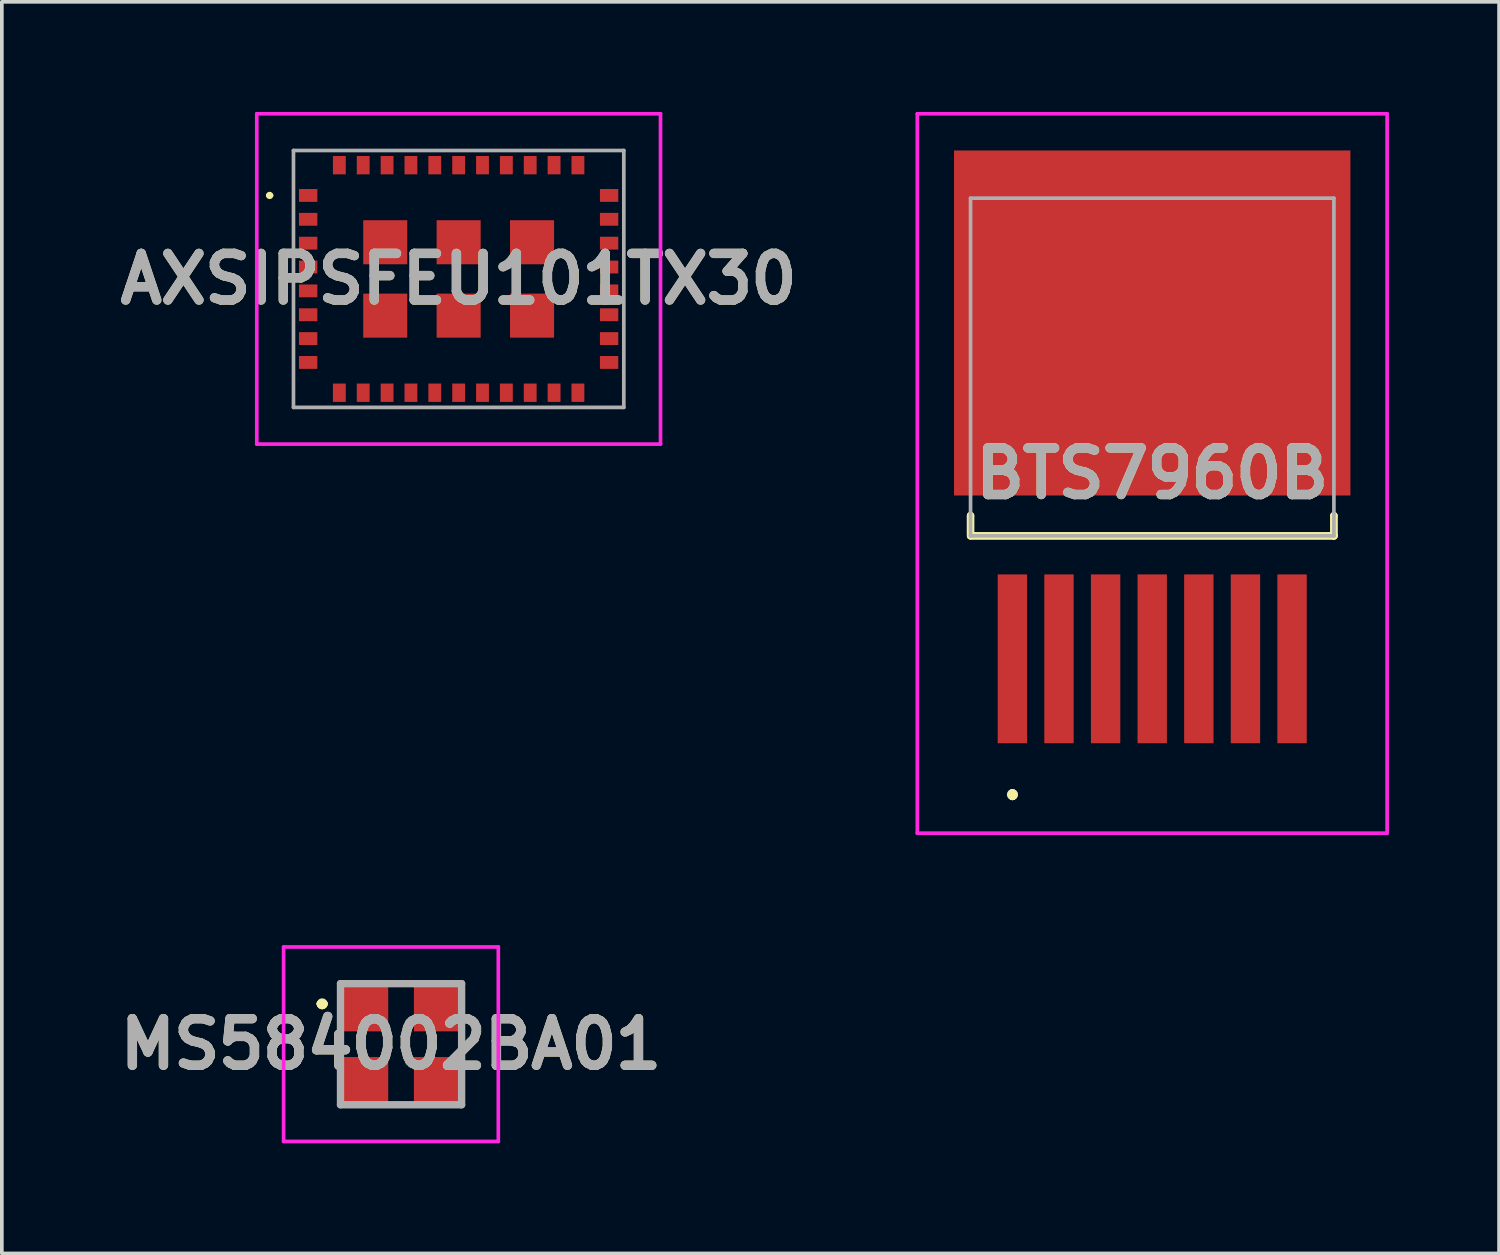
<source format=kicad_pcb>
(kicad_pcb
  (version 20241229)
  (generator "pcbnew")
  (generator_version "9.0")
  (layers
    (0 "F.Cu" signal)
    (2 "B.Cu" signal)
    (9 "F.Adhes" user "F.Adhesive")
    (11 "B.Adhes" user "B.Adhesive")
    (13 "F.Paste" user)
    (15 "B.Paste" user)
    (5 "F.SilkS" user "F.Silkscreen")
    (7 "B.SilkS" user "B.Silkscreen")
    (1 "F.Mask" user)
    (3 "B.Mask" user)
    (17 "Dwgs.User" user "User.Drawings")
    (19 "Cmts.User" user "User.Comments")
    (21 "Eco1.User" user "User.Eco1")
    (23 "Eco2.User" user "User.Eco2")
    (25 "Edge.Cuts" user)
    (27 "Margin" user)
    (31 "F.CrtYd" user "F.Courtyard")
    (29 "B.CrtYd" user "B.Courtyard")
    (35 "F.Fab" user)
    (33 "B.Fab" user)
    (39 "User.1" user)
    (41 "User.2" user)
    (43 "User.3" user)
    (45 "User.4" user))
  (footprint "BTS7960B"
    (layer "F.Cu")
    (at 28.343 5.75)
    (property "Reference" "BTS7960B" (at 0 4.1 0) (layer "F.SilkS") (effects (font (size 1.27 1.27) (thickness 0.254))))
    (attr smd)
    (fp_line (start -4.95 5.25) (end -4.95 5.25) (stroke (width 0.2) (type solid)) (layer "F.SilkS"))
    (fp_line (start -4.95 5.25) (end -4.95 5.75) (stroke (width 0.2) (type solid)) (layer "F.SilkS"))
    (fp_line (start -4.95 5.75) (end -4.95 5.25) (stroke (width 0.2) (type solid)) (layer "F.SilkS"))
    (fp_line (start -4.95 5.75) (end -4.95 5.75) (stroke (width 0.2) (type solid)) (layer "F.SilkS"))
    (fp_line (start -4.95 5.8) (end -4.95 5.8) (stroke (width 0.2) (type solid)) (layer "F.SilkS"))
    (fp_line (start -4.95 5.8) (end 4.95 5.8) (stroke (width 0.2) (type solid)) (layer "F.SilkS"))
    (fp_line (start -3.81 12.8) (end -3.81 12.8) (stroke (width 0.2) (type solid)) (layer "F.SilkS"))
    (fp_line (start -3.81 12.9) (end -3.81 12.9) (stroke (width 0.2) (type solid)) (layer "F.SilkS"))
    (fp_line (start -3.81 12.9) (end -3.81 12.9) (stroke (width 0.2) (type solid)) (layer "F.SilkS"))
    (fp_line (start 4.95 5.25) (end 4.95 5.25) (stroke (width 0.2) (type solid)) (layer "F.SilkS"))
    (fp_line (start 4.95 5.25) (end 4.95 5.8) (stroke (width 0.2) (type solid)) (layer "F.SilkS"))
    (fp_line (start 4.95 5.8) (end -4.95 5.8) (stroke (width 0.2) (type solid)) (layer "F.SilkS"))
    (fp_line (start 4.95 5.8) (end 4.95 5.25) (stroke (width 0.2) (type solid)) (layer "F.SilkS"))
    (fp_line (start 4.95 5.8) (end 4.95 5.8) (stroke (width 0.2) (type solid)) (layer "F.SilkS"))
    (fp_line (start 4.95 5.8) (end 4.95 5.8) (stroke (width 0.2) (type solid)) (layer "F.SilkS"))
    (fp_arc (start -3.81 12.8) (mid -3.76 12.85) (end -3.81 12.9) (stroke (width 0.2) (type solid)) (layer "F.SilkS"))
    (fp_arc (start -3.81 12.8) (mid -3.76 12.85) (end -3.81 12.9) (stroke (width 0.2) (type solid)) (layer "F.SilkS"))
    (fp_arc (start -3.81 12.9) (mid -3.86 12.85) (end -3.81 12.8) (stroke (width 0.2) (type solid)) (layer "F.SilkS"))
    (fp_line (start -6.4 -5.7) (end 6.4 -5.7) (stroke (width 0.1) (type solid)) (layer "F.CrtYd"))
    (fp_line (start -6.4 13.9) (end -6.4 -5.7) (stroke (width 0.1) (type solid)) (layer "F.CrtYd"))
    (fp_line (start 6.4 -5.7) (end 6.4 13.9) (stroke (width 0.1) (type solid)) (layer "F.CrtYd"))
    (fp_line (start 6.4 13.9) (end -6.4 13.9) (stroke (width 0.1) (type solid)) (layer "F.CrtYd"))
    (fp_line (start -4.95 -3.4) (end -4.95 5.8) (stroke (width 0.1) (type solid)) (layer "F.Fab"))
    (fp_line (start -4.95 5.8) (end 4.95 5.8) (stroke (width 0.1) (type solid)) (layer "F.Fab"))
    (fp_line (start 4.95 -3.4) (end -4.95 -3.4) (stroke (width 0.1) (type solid)) (layer "F.Fab"))
    (fp_line (start 4.95 5.8) (end 4.95 -3.4) (stroke (width 0.1) (type solid)) (layer "F.Fab"))
    (fp_text user "${REFERENCE}" (at 0 4.1 0) (layer "F.Fab") (effects (font (size 1.27 1.27) (thickness 0.254))))
    (pad "1" smd rect (at -3.81 9.15) (size 0.8 4.6) (layers "F.Cu" "F.Mask" "F.Paste"))
    (pad "2" smd rect (at -2.54 9.15) (size 0.8 4.6) (layers "F.Cu" "F.Mask" "F.Paste"))
    (pad "3" smd rect (at -1.27 9.15) (size 0.8 4.6) (layers "F.Cu" "F.Mask" "F.Paste"))
    (pad "4" smd rect (at 0 9.15) (size 0.8 4.6) (layers "F.Cu" "F.Mask" "F.Paste"))
    (pad "5" smd rect (at 1.27 9.15) (size 0.8 4.6) (layers "F.Cu" "F.Mask" "F.Paste"))
    (pad "6" smd rect (at 2.54 9.15) (size 0.8 4.6) (layers "F.Cu" "F.Mask" "F.Paste"))
    (pad "7" smd rect (at 3.81 9.15) (size 0.8 4.6) (layers "F.Cu" "F.Mask" "F.Paste"))
    (pad "8" smd rect (at 0 0 90) (size 9.4 10.8) (layers "F.Cu" "F.Mask" "F.Paste")))
  (footprint "AXSIPSFEU101TX30"
    (layer "F.Cu")
    (at 9.446 4.55)
    (property "Reference" "AXSIPSFEU101TX30" (at 0 0 0) (layer "F.SilkS") (effects (font (size 1.27 1.27) (thickness 0.254))))
    (attr smd)
    (fp_line (start -5.2 -2.275) (end -5.2 -2.275) (stroke (width 0.1) (type solid)) (layer "F.SilkS"))
    (fp_line (start -5.1 -2.275) (end -5.1 -2.275) (stroke (width 0.1) (type solid)) (layer "F.SilkS"))
    (fp_arc (start -5.2 -2.275) (mid -5.15 -2.325) (end -5.1 -2.275) (stroke (width 0.1) (type solid)) (layer "F.SilkS"))
    (fp_arc (start -5.1 -2.275) (mid -5.15 -2.225) (end -5.2 -2.275) (stroke (width 0.1) (type solid)) (layer "F.SilkS"))
    (fp_line (start -5.5 -4.5) (end 5.5 -4.5) (stroke (width 0.1) (type solid)) (layer "F.CrtYd"))
    (fp_line (start -5.5 4.5) (end -5.5 -4.5) (stroke (width 0.1) (type solid)) (layer "F.CrtYd"))
    (fp_line (start 5.5 -4.5) (end 5.5 4.5) (stroke (width 0.1) (type solid)) (layer "F.CrtYd"))
    (fp_line (start 5.5 4.5) (end -5.5 4.5) (stroke (width 0.1) (type solid)) (layer "F.CrtYd"))
    (fp_line (start -4.5 -3.5) (end 4.5 -3.5) (stroke (width 0.1) (type solid)) (layer "F.Fab"))
    (fp_line (start -4.5 3.5) (end -4.5 -3.5) (stroke (width 0.1) (type solid)) (layer "F.Fab"))
    (fp_line (start 4.5 -3.5) (end 4.5 3.5) (stroke (width 0.1) (type solid)) (layer "F.Fab"))
    (fp_line (start 4.5 3.5) (end -4.5 3.5) (stroke (width 0.1) (type solid)) (layer "F.Fab"))
    (fp_text user "${REFERENCE}" (at 0 0 0) (layer "F.Fab") (effects (font (size 1.27 1.27) (thickness 0.254))))
    (pad "1" smd rect (at -4.1 -2.275 90) (size 0.35 0.5) (layers "F.Cu" "F.Mask" "F.Paste"))
    (pad "2" smd rect (at -4.1 -1.625 90) (size 0.35 0.5) (layers "F.Cu" "F.Mask" "F.Paste"))
    (pad "3" smd rect (at -4.1 -0.975 90) (size 0.35 0.5) (layers "F.Cu" "F.Mask" "F.Paste"))
    (pad "4" smd rect (at -4.1 -0.325 90) (size 0.35 0.5) (layers "F.Cu" "F.Mask" "F.Paste"))
    (pad "5" smd rect (at -4.1 0.325 90) (size 0.35 0.5) (layers "F.Cu" "F.Mask" "F.Paste"))
    (pad "6" smd rect (at -4.1 0.975 90) (size 0.35 0.5) (layers "F.Cu" "F.Mask" "F.Paste"))
    (pad "7" smd rect (at -4.1 1.625 90) (size 0.35 0.5) (layers "F.Cu" "F.Mask" "F.Paste"))
    (pad "8" smd rect (at -4.1 2.275 90) (size 0.35 0.5) (layers "F.Cu" "F.Mask" "F.Paste"))
    (pad "9" smd rect (at -3.25 3.1) (size 0.35 0.5) (layers "F.Cu" "F.Mask" "F.Paste"))
    (pad "10" smd rect (at -2.6 3.1) (size 0.35 0.5) (layers "F.Cu" "F.Mask" "F.Paste"))
    (pad "11" smd rect (at -1.95 3.1) (size 0.35 0.5) (layers "F.Cu" "F.Mask" "F.Paste"))
    (pad "12" smd rect (at -1.3 3.1) (size 0.35 0.5) (layers "F.Cu" "F.Mask" "F.Paste"))
    (pad "13" smd rect (at -0.65 3.1) (size 0.35 0.5) (layers "F.Cu" "F.Mask" "F.Paste"))
    (pad "14" smd rect (at 0 3.1) (size 0.35 0.5) (layers "F.Cu" "F.Mask" "F.Paste"))
    (pad "15" smd rect (at 0.65 3.1) (size 0.35 0.5) (layers "F.Cu" "F.Mask" "F.Paste"))
    (pad "16" smd rect (at 1.3 3.1) (size 0.35 0.5) (layers "F.Cu" "F.Mask" "F.Paste"))
    (pad "17" smd rect (at 1.95 3.1) (size 0.35 0.5) (layers "F.Cu" "F.Mask" "F.Paste"))
    (pad "18" smd rect (at 2.6 3.1) (size 0.35 0.5) (layers "F.Cu" "F.Mask" "F.Paste"))
    (pad "19" smd rect (at 3.25 3.1) (size 0.35 0.5) (layers "F.Cu" "F.Mask" "F.Paste"))
    (pad "20" smd rect (at 4.1 2.275 90) (size 0.35 0.5) (layers "F.Cu" "F.Mask" "F.Paste"))
    (pad "21" smd rect (at 4.1 1.625 90) (size 0.35 0.5) (layers "F.Cu" "F.Mask" "F.Paste"))
    (pad "22" smd rect (at 4.1 0.975 90) (size 0.35 0.5) (layers "F.Cu" "F.Mask" "F.Paste"))
    (pad "23" smd rect (at 4.1 0.325 90) (size 0.35 0.5) (layers "F.Cu" "F.Mask" "F.Paste"))
    (pad "24" smd rect (at 4.1 -0.325 90) (size 0.35 0.5) (layers "F.Cu" "F.Mask" "F.Paste"))
    (pad "25" smd rect (at 4.1 -0.975 90) (size 0.35 0.5) (layers "F.Cu" "F.Mask" "F.Paste"))
    (pad "26" smd rect (at 4.1 -1.625 90) (size 0.35 0.5) (layers "F.Cu" "F.Mask" "F.Paste"))
    (pad "27" smd rect (at 4.1 -2.275 90) (size 0.35 0.5) (layers "F.Cu" "F.Mask" "F.Paste"))
    (pad "28" smd rect (at 3.25 -3.1) (size 0.35 0.5) (layers "F.Cu" "F.Mask" "F.Paste"))
    (pad "29" smd rect (at 2.6 -3.1) (size 0.35 0.5) (layers "F.Cu" "F.Mask" "F.Paste"))
    (pad "30" smd rect (at 1.95 -3.1) (size 0.35 0.5) (layers "F.Cu" "F.Mask" "F.Paste"))
    (pad "31" smd rect (at 1.3 -3.1) (size 0.35 0.5) (layers "F.Cu" "F.Mask" "F.Paste"))
    (pad "32" smd rect (at 0.65 -3.1) (size 0.35 0.5) (layers "F.Cu" "F.Mask" "F.Paste"))
    (pad "33" smd rect (at 0 -3.1) (size 0.35 0.5) (layers "F.Cu" "F.Mask" "F.Paste"))
    (pad "34" smd rect (at -0.65 -3.1) (size 0.35 0.5) (layers "F.Cu" "F.Mask" "F.Paste"))
    (pad "35" smd rect (at -1.3 -3.1) (size 0.35 0.5) (layers "F.Cu" "F.Mask" "F.Paste"))
    (pad "36" smd rect (at -1.95 -3.1) (size 0.35 0.5) (layers "F.Cu" "F.Mask" "F.Paste"))
    (pad "37" smd rect (at -2.6 -3.1) (size 0.35 0.5) (layers "F.Cu" "F.Mask" "F.Paste"))
    (pad "38" smd rect (at -3.25 -3.1) (size 0.35 0.5) (layers "F.Cu" "F.Mask" "F.Paste"))
    (pad "39" smd rect (at -2 -1) (size 1.2 1.2) (layers "F.Cu" "F.Mask" "F.Paste"))
    (pad "40" smd rect (at -2 1) (size 1.2 1.2) (layers "F.Cu" "F.Mask" "F.Paste"))
    (pad "41" smd rect (at 0 -1) (size 1.2 1.2) (layers "F.Cu" "F.Mask" "F.Paste"))
    (pad "42" smd rect (at 0 1) (size 1.2 1.2) (layers "F.Cu" "F.Mask" "F.Paste"))
    (pad "43" smd rect (at 2 -1) (size 1.2 1.2) (layers "F.Cu" "F.Mask" "F.Paste"))
    (pad "44" smd rect (at 2 1) (size 1.2 1.2) (layers "F.Cu" "F.Mask" "F.Paste")))
  (footprint "MS584002BA01"
    (layer "F.Cu")
    (at 7.877 25.4)
    (property "Reference" "MS584002BA01" (at -0.275 0 0) (layer "F.SilkS") (effects (font (size 1.27 1.27) (thickness 0.254))))
    (attr smd)
    (fp_line (start -2.2 -1.1) (end -2.2 -1.1) (stroke (width 0.2) (type solid)) (layer "F.SilkS"))
    (fp_line (start -2.2 -1.1) (end -2.2 -1.1) (stroke (width 0.2) (type solid)) (layer "F.SilkS"))
    (fp_line (start -2.1 -1.1) (end -2.1 -1.1) (stroke (width 0.2) (type solid)) (layer "F.SilkS"))
    (fp_arc (start -2.2 -1.1) (mid -2.15 -1.15) (end -2.1 -1.1) (stroke (width 0.2) (type solid)) (layer "F.SilkS"))
    (fp_arc (start -2.1 -1.1) (mid -2.15 -1.05) (end -2.2 -1.1) (stroke (width 0.2) (type solid)) (layer "F.SilkS"))
    (fp_arc (start -2.1 -1.1) (mid -2.15 -1.05) (end -2.2 -1.1) (stroke (width 0.2) (type solid)) (layer "F.SilkS"))
    (fp_line (start -3.2 -2.65) (end -3.2 2.65) (stroke (width 0.1) (type solid)) (layer "F.CrtYd"))
    (fp_line (start -3.2 2.65) (end 2.65 2.65) (stroke (width 0.1) (type solid)) (layer "F.CrtYd"))
    (fp_line (start 2.65 -2.65) (end -3.2 -2.65) (stroke (width 0.1) (type solid)) (layer "F.CrtYd"))
    (fp_line (start 2.65 2.65) (end 2.65 -2.65) (stroke (width 0.1) (type solid)) (layer "F.CrtYd"))
    (fp_line (start -1.65 -1.65) (end 1.65 -1.65) (stroke (width 0.2) (type solid)) (layer "F.Fab"))
    (fp_line (start -1.65 1.65) (end -1.65 -1.65) (stroke (width 0.2) (type solid)) (layer "F.Fab"))
    (fp_line (start 1.65 -1.65) (end 1.65 1.65) (stroke (width 0.2) (type solid)) (layer "F.Fab"))
    (fp_line (start 1.65 1.65) (end -1.65 1.65) (stroke (width 0.2) (type solid)) (layer "F.Fab"))
    (fp_text user "${REFERENCE}" (at -0.275 0 0) (layer "F.Fab") (effects (font (size 1.27 1.27) (thickness 0.254))))
    (pad "1" smd rect (at -1 -1 90) (size 1.3 1.3) (layers "F.Cu" "F.Mask" "F.Paste"))
    (pad "2" smd rect (at -1 1 90) (size 1.3 1.3) (layers "F.Cu" "F.Mask" "F.Paste"))
    (pad "3" smd rect (at 1 1 90) (size 1.3 1.3) (layers "F.Cu" "F.Mask" "F.Paste"))
    (pad "4" smd rect (at 1 -1 90) (size 1.3 1.3) (layers "F.Cu" "F.Mask" "F.Paste")))
  (gr_rect
    (start -3 -3)
    (end 37.793 31.1)
    (stroke (width 0.1) (type default))
    (fill no)
    (layer "Edge.Cuts")))
</source>
